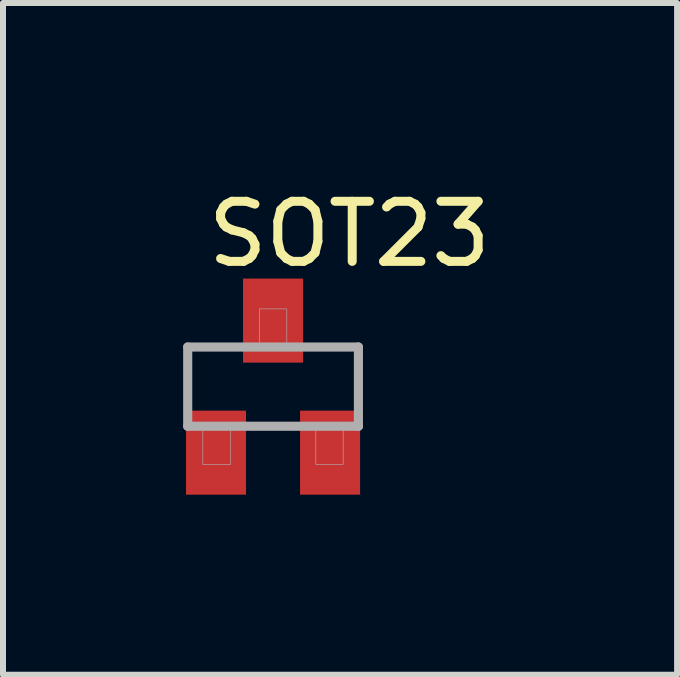
<source format=kicad_pcb>
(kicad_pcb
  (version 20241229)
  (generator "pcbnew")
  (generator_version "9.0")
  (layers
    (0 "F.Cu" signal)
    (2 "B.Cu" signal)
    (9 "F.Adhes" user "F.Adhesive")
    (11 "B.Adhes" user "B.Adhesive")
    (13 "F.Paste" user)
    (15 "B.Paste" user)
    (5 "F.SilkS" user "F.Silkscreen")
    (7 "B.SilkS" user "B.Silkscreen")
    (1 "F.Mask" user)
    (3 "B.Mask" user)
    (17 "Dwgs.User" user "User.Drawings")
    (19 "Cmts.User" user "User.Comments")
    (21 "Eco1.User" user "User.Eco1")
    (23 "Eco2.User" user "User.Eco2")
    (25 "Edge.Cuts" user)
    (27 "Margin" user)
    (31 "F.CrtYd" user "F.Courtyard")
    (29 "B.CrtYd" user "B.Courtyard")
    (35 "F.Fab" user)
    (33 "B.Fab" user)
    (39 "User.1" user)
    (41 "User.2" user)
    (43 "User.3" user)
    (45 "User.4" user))
  (footprint "SOT23"
    (layer "F.Cu")
    (at 1.499 3.391)
    (property "Reference" "SOT23" (at 1.271 -2.542 0) (layer "F.SilkS") (effects (font (size 1.001 1.001) (thickness 0.15))))
    (attr smd)
    (fp_line (start -1.422 -0.66) (end 1.422 -0.66) (stroke (width 0.152) (type solid)) (layer "F.Fab"))
    (fp_line (start -1.422 0.66) (end -1.422 -0.66) (stroke (width 0.152) (type solid)) (layer "F.Fab"))
    (fp_line (start 1.422 -0.66) (end 1.422 0.66) (stroke (width 0.152) (type solid)) (layer "F.Fab"))
    (fp_line (start 1.422 0.66) (end -1.422 0.66) (stroke (width 0.152) (type solid)) (layer "F.Fab"))
    (fp_poly (pts (xy -1.17 0.711) (xy -0.711 0.711) (xy -0.711 1.298) (xy -1.17 1.298)) (stroke (width 0.01) (type solid)) (fill no) (layer "F.Fab"))
    (fp_poly (pts (xy -0.229 -1.295) (xy 0.229 -1.295) (xy 0.229 -0.712) (xy -0.229 -0.712)) (stroke (width 0.01) (type solid)) (fill no) (layer "F.Fab"))
    (fp_poly (pts (xy 0.712 0.711) (xy 1.168 0.711) (xy 1.168 1.296) (xy 0.712 1.296)) (stroke (width 0.01) (type solid)) (fill no) (layer "F.Fab"))
    (pad "1" smd rect (at -0.95 1.1) (size 1 1.4) (layers "F.Cu" "F.Mask" "F.Paste"))
    (pad "2" smd rect (at 0.95 1.1) (size 1 1.4) (layers "F.Cu" "F.Mask" "F.Paste"))
    (pad "3" smd rect (at 0 -1.1) (size 1 1.4) (layers "F.Cu" "F.Mask" "F.Paste")))
  (gr_rect
    (start -3 -3)
    (end 8.23 8.191)
    (stroke (width 0.1) (type default))
    (fill no)
    (layer "Edge.Cuts")))
</source>
